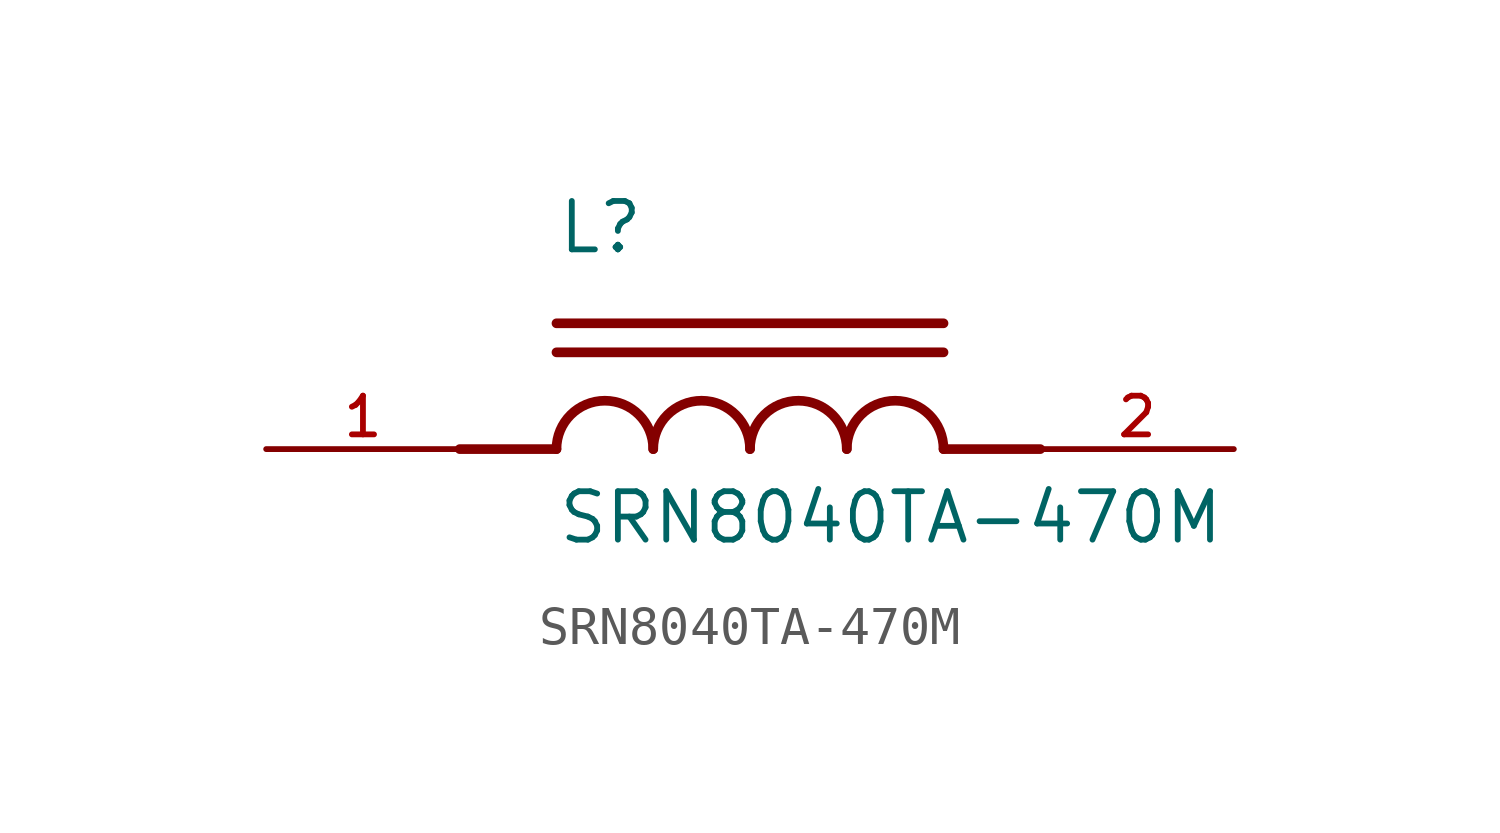
<source format=kicad_sym>
(kicad_symbol_lib
  (version 20211014)
  (generator kicad_symbol_editor)
  (symbol "SRN8040TA-470M"
    (pin_names
      (offset 1.016))
    (property "Reference" "L"
      (at -5.08 5.08 0)
      (effects (font (size 1.27 1.27)) (justify bottom left)))
    (property "Value" "SRN8040TA-470M"
      (at -5.08 -2.54 0)
      (effects (font (size 1.27 1.27)) (justify bottom left)))
    (symbol "SRN8040TA-470M_0_0"
      (polyline (pts (xy -5.08 0.0) (xy -7.62 0.0)) (stroke (width 0.254)))
      (polyline (pts (xy 5.08 0.0) (xy 7.62 0.0)) (stroke (width 0.254)))
      (arc (start -2.54 0.0) (mid -3.81 1.27) (end -5.08 0.0) (stroke (width 0.254) (type default) (color 0 0 0 0)) (fill (type none)))
      (arc (start 0.0 0.0) (mid -1.27 1.27) (end -2.54 0.0) (stroke (width 0.254) (type default) (color 0 0 0 0)) (fill (type none)))
      (arc (start 2.54 0.0) (mid 1.27 1.27) (end 0.0 0.0) (stroke (width 0.254) (type default) (color 0 0 0 0)) (fill (type none)))
      (arc (start 5.08 0.0) (mid 3.81 1.27) (end 2.54 0.0) (stroke (width 0.254) (type default) (color 0 0 0 0)) (fill (type none)))
      (polyline (pts (xy -5.08 2.54) (xy 5.08 2.54)) (stroke (width 0.254)))
      (polyline (pts (xy -5.08 3.302) (xy 5.08 3.302)) (stroke (width 0.254)))
      (pin passive line (at -12.7 0.0 0) (length 5.08) (name "~" (effects (font (size 1.016 1.016)))) (number "1" (effects (font (size 1.016 1.016)))))
      (pin passive line (at 12.7 0.0 180.0) (length 5.08) (name "~" (effects (font (size 1.016 1.016)))) (number "2" (effects (font (size 1.016 1.016))))))))
</source>
